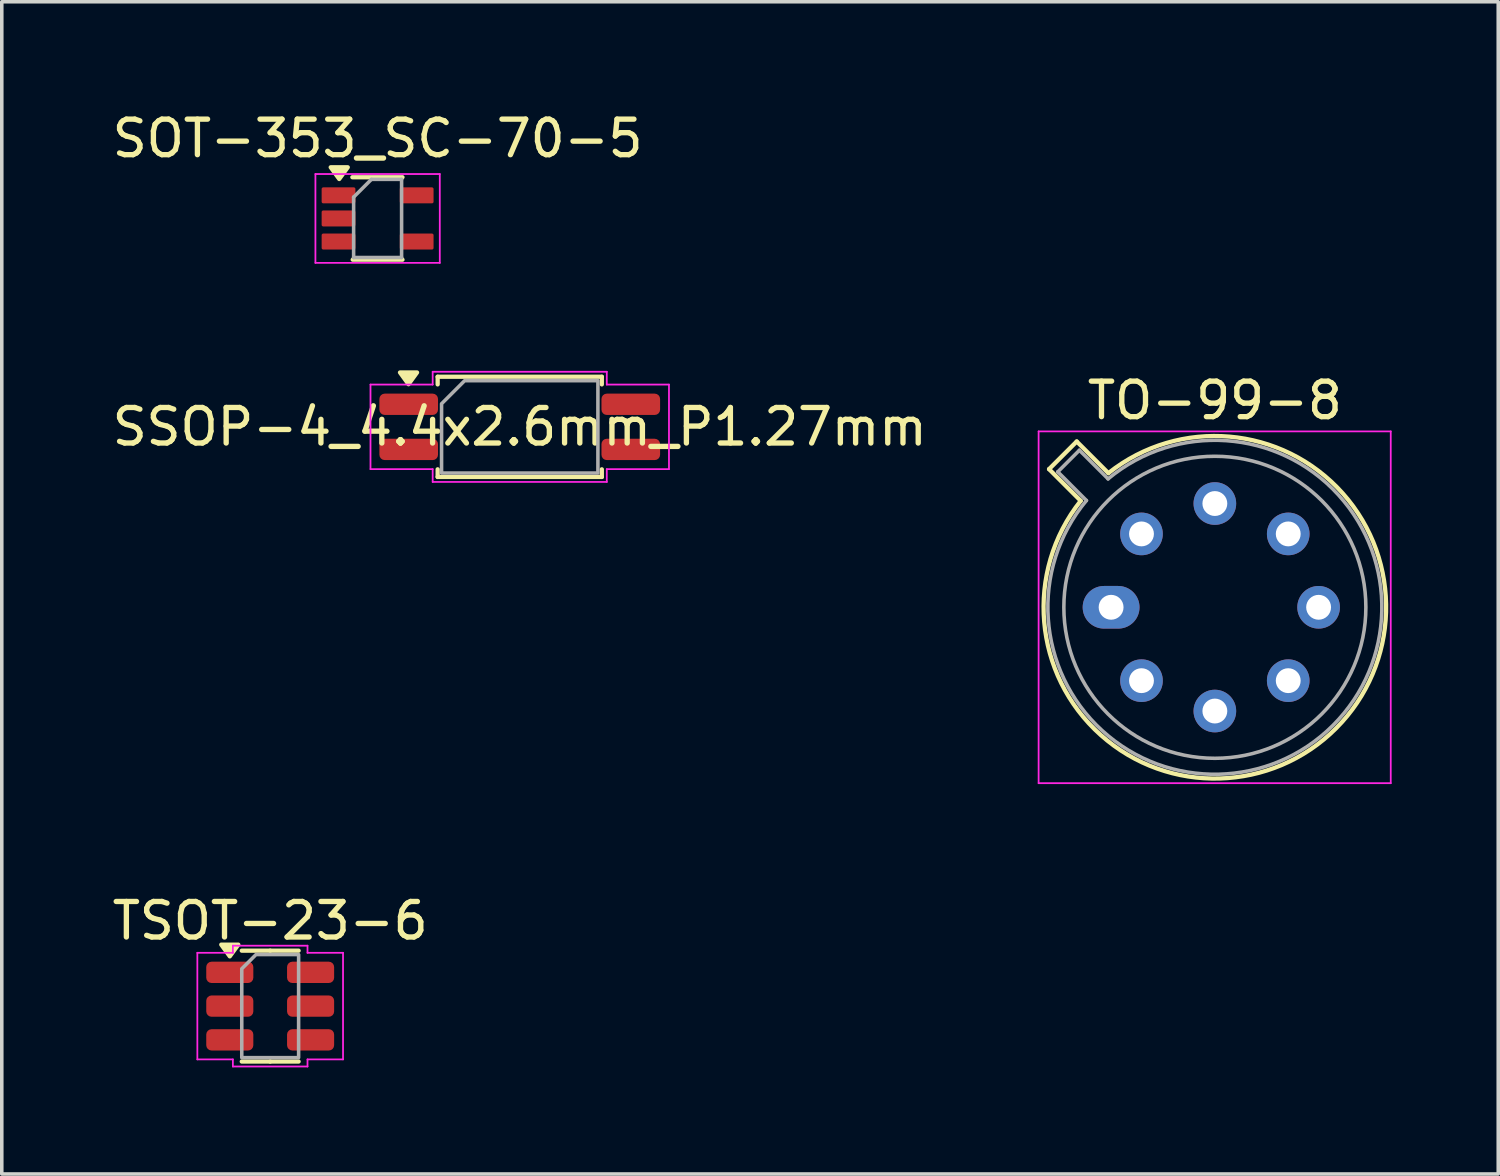
<source format=kicad_pcb>
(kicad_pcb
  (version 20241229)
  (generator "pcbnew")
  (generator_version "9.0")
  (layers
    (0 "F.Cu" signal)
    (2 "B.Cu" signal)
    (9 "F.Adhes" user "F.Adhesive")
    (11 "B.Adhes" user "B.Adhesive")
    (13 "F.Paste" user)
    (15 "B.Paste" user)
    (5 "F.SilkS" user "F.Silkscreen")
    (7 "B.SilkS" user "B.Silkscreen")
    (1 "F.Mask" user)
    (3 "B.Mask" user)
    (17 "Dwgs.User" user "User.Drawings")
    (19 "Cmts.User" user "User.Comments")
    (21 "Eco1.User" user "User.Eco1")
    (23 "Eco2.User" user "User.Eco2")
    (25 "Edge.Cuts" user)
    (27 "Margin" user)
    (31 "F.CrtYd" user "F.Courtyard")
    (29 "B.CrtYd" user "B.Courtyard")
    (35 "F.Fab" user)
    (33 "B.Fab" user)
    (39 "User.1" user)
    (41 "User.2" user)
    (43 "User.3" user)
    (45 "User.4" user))
  (footprint "SSOP-4_4.4x2.6mm_P1.27mm"
    (layer "F.Cu")
    (at 11.577 8.963)
    (property "Reference" "SSOP-4_4.4x2.6mm_P1.27mm" (at 0 0 0) (layer "F.SilkS") (effects (font (size 1 1) (thickness 0.15))))
    (attr smd)
    (fp_line (start -2.31 -1.41) (end 2.31 -1.41) (stroke (width 0.12) (type solid)) (layer "F.SilkS"))
    (fp_line (start -2.31 -1.195) (end -2.31 -1.41) (stroke (width 0.12) (type solid)) (layer "F.SilkS"))
    (fp_line (start -2.31 1.41) (end -2.31 1.195) (stroke (width 0.12) (type solid)) (layer "F.SilkS"))
    (fp_line (start 2.31 -1.41) (end 2.31 -1.195) (stroke (width 0.12) (type solid)) (layer "F.SilkS"))
    (fp_line (start 2.31 1.195) (end 2.31 1.41) (stroke (width 0.12) (type solid)) (layer "F.SilkS"))
    (fp_line (start 2.31 1.41) (end -2.31 1.41) (stroke (width 0.12) (type solid)) (layer "F.SilkS"))
    (fp_poly (pts (xy -3.13 -1.2) (xy -3.37 -1.53) (xy -2.89 -1.53)) (stroke (width 0.12) (type solid)) (fill yes) (layer "F.SilkS"))
    (fp_line (start -4.2 -1.19) (end -2.45 -1.19) (stroke (width 0.05) (type solid)) (layer "F.CrtYd"))
    (fp_line (start -4.2 1.19) (end -4.2 -1.19) (stroke (width 0.05) (type solid)) (layer "F.CrtYd"))
    (fp_line (start -2.45 -1.55) (end 2.45 -1.55) (stroke (width 0.05) (type solid)) (layer "F.CrtYd"))
    (fp_line (start -2.45 -1.19) (end -2.45 -1.55) (stroke (width 0.05) (type solid)) (layer "F.CrtYd"))
    (fp_line (start -2.45 1.19) (end -4.2 1.19) (stroke (width 0.05) (type solid)) (layer "F.CrtYd"))
    (fp_line (start -2.45 1.55) (end -2.45 1.19) (stroke (width 0.05) (type solid)) (layer "F.CrtYd"))
    (fp_line (start 2.45 -1.55) (end 2.45 -1.19) (stroke (width 0.05) (type solid)) (layer "F.CrtYd"))
    (fp_line (start 2.45 -1.19) (end 4.2 -1.19) (stroke (width 0.05) (type solid)) (layer "F.CrtYd"))
    (fp_line (start 2.45 1.19) (end 2.45 1.55) (stroke (width 0.05) (type solid)) (layer "F.CrtYd"))
    (fp_line (start 2.45 1.55) (end -2.45 1.55) (stroke (width 0.05) (type solid)) (layer "F.CrtYd"))
    (fp_line (start 4.2 -1.19) (end 4.2 1.19) (stroke (width 0.05) (type solid)) (layer "F.CrtYd"))
    (fp_line (start 4.2 1.19) (end 2.45 1.19) (stroke (width 0.05) (type solid)) (layer "F.CrtYd"))
    (fp_poly (pts (xy -2.2 -0.65) (xy -2.2 1.3) (xy 2.2 1.3) (xy 2.2 -1.3) (xy -1.55 -1.3)) (stroke (width 0.1) (type solid)) (fill no) (layer "F.Fab"))
    (pad "1" smd roundrect (at -3.125 -0.635) (size 1.65 0.6) (layers "F.Cu" "F.Mask" "F.Paste") (roundrect_rratio 0.25))
    (pad "2" smd roundrect (at -3.125 0.635) (size 1.65 0.6) (layers "F.Cu" "F.Mask" "F.Paste") (roundrect_rratio 0.25))
    (pad "3" smd roundrect (at 3.125 0.635) (size 1.65 0.6) (layers "F.Cu" "F.Mask" "F.Paste") (roundrect_rratio 0.25))
    (pad "4" smd roundrect (at 3.125 -0.635) (size 1.65 0.6) (layers "F.Cu" "F.Mask" "F.Paste") (roundrect_rratio 0.25)))
  (footprint "TO-99-8"
    (layer "F.Cu")
    (at 28.22 14.041)
    (property "Reference" "TO-99-8" (at 2.92 -5.82 0) (layer "F.SilkS") (effects (font (size 1 1) (thickness 0.15))))
    (attr through_hole)
    (fp_line (start -1.746 -3.888) (end -0.855 -2.997) (stroke (width 0.12) (type solid)) (layer "F.SilkS"))
    (fp_line (start -0.968 -4.666) (end -1.746 -3.888) (stroke (width 0.12) (type solid)) (layer "F.SilkS"))
    (fp_line (start -0.077 -3.775) (end -0.968 -4.666) (stroke (width 0.12) (type solid)) (layer "F.SilkS"))
    (fp_arc (start -0.077084 -3.774902) (mid 6.328255 3.408255) (end -0.854902 -2.997084) (stroke (width 0.12) (type solid)) (layer "F.SilkS"))
    (fp_line (start -2.04 -4.95) (end -2.04 4.95) (stroke (width 0.05) (type solid)) (layer "F.CrtYd"))
    (fp_line (start -2.04 4.95) (end 7.87 4.95) (stroke (width 0.05) (type solid)) (layer "F.CrtYd"))
    (fp_line (start 7.87 -4.95) (end -2.04 -4.95) (stroke (width 0.05) (type solid)) (layer "F.CrtYd"))
    (fp_line (start 7.87 4.95) (end 7.87 -4.95) (stroke (width 0.05) (type solid)) (layer "F.CrtYd"))
    (fp_line (start -1.5 -3.812) (end -0.694 -3.005) (stroke (width 0.1) (type solid)) (layer "F.Fab"))
    (fp_line (start -0.892 -4.42) (end -1.5 -3.812) (stroke (width 0.1) (type solid)) (layer "F.Fab"))
    (fp_line (start -0.085 -3.614) (end -0.892 -4.42) (stroke (width 0.1) (type solid)) (layer "F.Fab"))
    (fp_arc (start -0.085408 -3.61352) (mid 6.243402 3.323402) (end -0.69352 -3.005408) (stroke (width 0.1) (type solid)) (layer "F.Fab"))
    (fp_circle (center 2.92 0) (end 7.17 0) (stroke (width 0.1) (type solid)) (fill no) (layer "F.Fab"))
    (pad "1" thru_hole oval (at 0 0) (size 1.6 1.2) (drill 0.7) (layers "*.Cu" "*.Mask"))
    (pad "2" thru_hole circle (at 0.855 2.065) (size 1.2 1.2) (drill 0.7) (layers "*.Cu" "*.Mask"))
    (pad "3" thru_hole circle (at 2.92 2.92) (size 1.2 1.2) (drill 0.7) (layers "*.Cu" "*.Mask"))
    (pad "4" thru_hole circle (at 4.985 2.065) (size 1.2 1.2) (drill 0.7) (layers "*.Cu" "*.Mask"))
    (pad "5" thru_hole circle (at 5.84 0) (size 1.2 1.2) (drill 0.7) (layers "*.Cu" "*.Mask"))
    (pad "6" thru_hole circle (at 4.985 -2.065) (size 1.2 1.2) (drill 0.7) (layers "*.Cu" "*.Mask"))
    (pad "7" thru_hole circle (at 2.92 -2.92) (size 1.2 1.2) (drill 0.7) (layers "*.Cu" "*.Mask"))
    (pad "8" thru_hole circle (at 0.855 -2.065) (size 1.2 1.2) (drill 0.7) (layers "*.Cu" "*.Mask")))
  (footprint "TSOT-23-6"
    (layer "F.Cu")
    (at 4.554 25.265)
    (property "Reference" "TSOT-23-6" (at 0 -2.4 0) (layer "F.SilkS") (effects (font (size 1 1) (thickness 0.15))))
    (attr smd)
    (fp_line (start 0 -1.56) (end -0.8 -1.56) (stroke (width 0.12) (type solid)) (layer "F.SilkS"))
    (fp_line (start 0 -1.56) (end 0.8 -1.56) (stroke (width 0.12) (type solid)) (layer "F.SilkS"))
    (fp_line (start 0 1.56) (end -0.8 1.56) (stroke (width 0.12) (type solid)) (layer "F.SilkS"))
    (fp_line (start 0 1.56) (end 0.8 1.56) (stroke (width 0.12) (type solid)) (layer "F.SilkS"))
    (fp_poly (pts (xy -1.137 -1.4) (xy -1.377 -1.73) (xy -0.897 -1.73)) (stroke (width 0.12) (type solid)) (fill yes) (layer "F.SilkS"))
    (fp_line (start -2.05 -1.5) (end -1.05 -1.5) (stroke (width 0.05) (type solid)) (layer "F.CrtYd"))
    (fp_line (start -2.05 1.5) (end -2.05 -1.5) (stroke (width 0.05) (type solid)) (layer "F.CrtYd"))
    (fp_line (start -1.05 -1.7) (end 1.05 -1.7) (stroke (width 0.05) (type solid)) (layer "F.CrtYd"))
    (fp_line (start -1.05 -1.5) (end -1.05 -1.7) (stroke (width 0.05) (type solid)) (layer "F.CrtYd"))
    (fp_line (start -1.05 1.5) (end -2.05 1.5) (stroke (width 0.05) (type solid)) (layer "F.CrtYd"))
    (fp_line (start -1.05 1.7) (end -1.05 1.5) (stroke (width 0.05) (type solid)) (layer "F.CrtYd"))
    (fp_line (start 1.05 -1.7) (end 1.05 -1.5) (stroke (width 0.05) (type solid)) (layer "F.CrtYd"))
    (fp_line (start 1.05 -1.5) (end 2.05 -1.5) (stroke (width 0.05) (type solid)) (layer "F.CrtYd"))
    (fp_line (start 1.05 1.5) (end 1.05 1.7) (stroke (width 0.05) (type solid)) (layer "F.CrtYd"))
    (fp_line (start 1.05 1.7) (end -1.05 1.7) (stroke (width 0.05) (type solid)) (layer "F.CrtYd"))
    (fp_line (start 2.05 -1.5) (end 2.05 1.5) (stroke (width 0.05) (type solid)) (layer "F.CrtYd"))
    (fp_line (start 2.05 1.5) (end 1.05 1.5) (stroke (width 0.05) (type solid)) (layer "F.CrtYd"))
    (fp_poly (pts (xy -0.8 -1.05) (xy -0.8 1.45) (xy 0.8 1.45) (xy 0.8 -1.45) (xy -0.4 -1.45)) (stroke (width 0.1) (type solid)) (fill no) (layer "F.Fab"))
    (pad "1" smd roundrect (at -1.137 -0.95) (size 1.325 0.6) (layers "F.Cu" "F.Mask" "F.Paste") (roundrect_rratio 0.25))
    (pad "2" smd roundrect (at -1.137 0) (size 1.325 0.6) (layers "F.Cu" "F.Mask" "F.Paste") (roundrect_rratio 0.25))
    (pad "3" smd roundrect (at -1.137 0.95) (size 1.325 0.6) (layers "F.Cu" "F.Mask" "F.Paste") (roundrect_rratio 0.25))
    (pad "4" smd roundrect (at 1.137 0.95) (size 1.325 0.6) (layers "F.Cu" "F.Mask" "F.Paste") (roundrect_rratio 0.25))
    (pad "5" smd roundrect (at 1.137 0) (size 1.325 0.6) (layers "F.Cu" "F.Mask" "F.Paste") (roundrect_rratio 0.25))
    (pad "6" smd roundrect (at 1.137 -0.95) (size 1.325 0.6) (layers "F.Cu" "F.Mask" "F.Paste") (roundrect_rratio 0.25)))
  (footprint "SOT-353_SC-70-5"
    (layer "F.Cu")
    (at 7.577 3.098)
    (property "Reference" "SOT-353_SC-70-5" (at 0 -2.25 0) (layer "F.SilkS") (effects (font (size 1 1) (thickness 0.15))))
    (attr smd)
    (fp_line (start -0.71 -1.16) (end 0.7 -1.16) (stroke (width 0.12) (type solid)) (layer "F.SilkS"))
    (fp_line (start -0.7 1.16) (end 0.7 1.16) (stroke (width 0.12) (type solid)) (layer "F.SilkS"))
    (fp_poly (pts (xy -1.08 -1.11) (xy -1.32 -1.44) (xy -0.84 -1.44) (xy -1.08 -1.11)) (stroke (width 0.12) (type solid)) (fill yes) (layer "F.SilkS"))
    (fp_line (start -1.75 -1.25) (end -1.75 1.25) (stroke (width 0.05) (type solid)) (layer "F.CrtYd"))
    (fp_line (start -1.75 -1.25) (end 1.75 -1.25) (stroke (width 0.05) (type solid)) (layer "F.CrtYd"))
    (fp_line (start -1.75 1.25) (end 1.75 1.25) (stroke (width 0.05) (type solid)) (layer "F.CrtYd"))
    (fp_line (start 1.75 1.25) (end 1.75 -1.25) (stroke (width 0.05) (type solid)) (layer "F.CrtYd"))
    (fp_line (start -0.675 -0.6) (end -0.675 1.1) (stroke (width 0.1) (type solid)) (layer "F.Fab"))
    (fp_line (start -0.175 -1.1) (end -0.675 -0.6) (stroke (width 0.1) (type solid)) (layer "F.Fab"))
    (fp_line (start 0.675 -1.1) (end -0.175 -1.1) (stroke (width 0.1) (type solid)) (layer "F.Fab"))
    (fp_line (start 0.675 -1.1) (end 0.675 1.1) (stroke (width 0.1) (type solid)) (layer "F.Fab"))
    (fp_line (start 0.675 1.1) (end -0.675 1.1) (stroke (width 0.1) (type solid)) (layer "F.Fab"))
    (pad "1" smd roundrect (at -1.1 -0.65) (size 0.95 0.45) (layers "F.Cu" "F.Mask" "F.Paste") (roundrect_rratio 0.1))
    (pad "2" smd roundrect (at -1.1 0) (size 0.95 0.45) (layers "F.Cu" "F.Mask" "F.Paste") (roundrect_rratio 0.1))
    (pad "3" smd roundrect (at -1.1 0.65) (size 0.95 0.45) (layers "F.Cu" "F.Mask" "F.Paste") (roundrect_rratio 0.1))
    (pad "4" smd roundrect (at 1.1 0.65) (size 0.95 0.45) (layers "F.Cu" "F.Mask" "F.Paste") (roundrect_rratio 0.1))
    (pad "5" smd roundrect (at 1.1 -0.65) (size 0.95 0.45) (layers "F.Cu" "F.Mask" "F.Paste") (roundrect_rratio 0.1)))
  (gr_rect
    (start -3 -3)
    (end 39.115 29.99)
    (stroke (width 0.1) (type default))
    (fill no)
    (layer "Edge.Cuts")))
</source>
